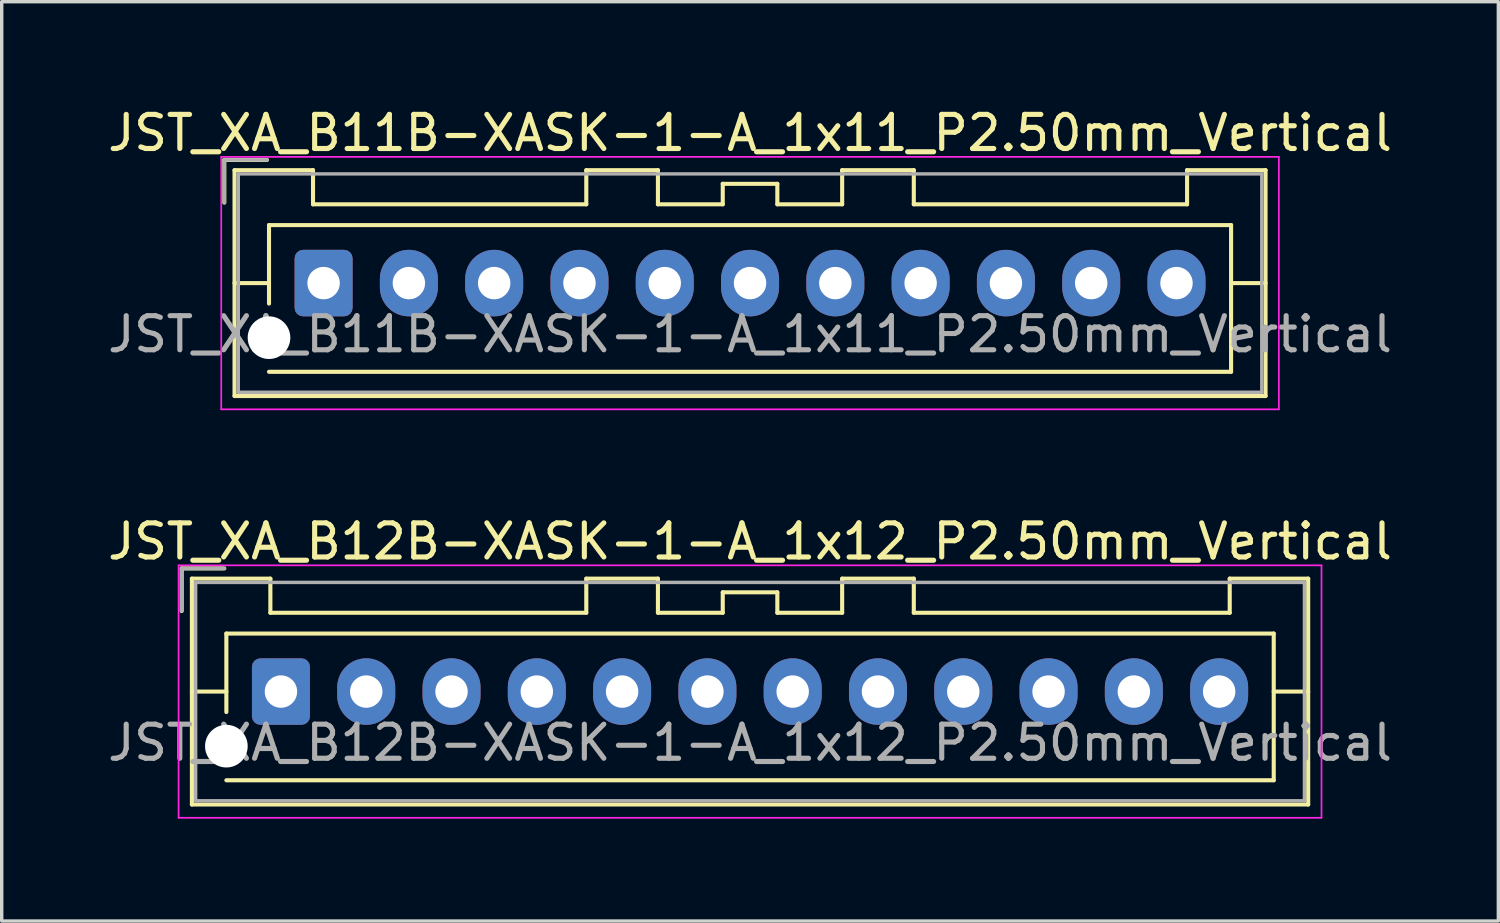
<source format=kicad_pcb>
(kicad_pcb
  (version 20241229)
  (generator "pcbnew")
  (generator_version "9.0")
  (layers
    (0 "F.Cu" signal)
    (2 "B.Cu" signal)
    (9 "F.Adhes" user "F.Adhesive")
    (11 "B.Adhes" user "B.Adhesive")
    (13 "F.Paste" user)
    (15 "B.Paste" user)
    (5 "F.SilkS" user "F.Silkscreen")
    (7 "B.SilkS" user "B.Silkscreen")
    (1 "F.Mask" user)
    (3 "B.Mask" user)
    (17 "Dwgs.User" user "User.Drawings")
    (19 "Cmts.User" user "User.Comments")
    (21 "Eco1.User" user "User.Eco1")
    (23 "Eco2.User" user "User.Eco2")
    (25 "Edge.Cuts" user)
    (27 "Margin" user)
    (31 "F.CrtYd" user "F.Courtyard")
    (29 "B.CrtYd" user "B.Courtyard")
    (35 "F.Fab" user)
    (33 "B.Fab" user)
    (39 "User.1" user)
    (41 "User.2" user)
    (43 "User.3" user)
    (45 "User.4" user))
  (footprint "JST_XA_B12B-XASK-1-A_1x12_P2.50mm_Vertical"
    (layer "F.Cu")
    (at 5.185 17.221)
    (property "Reference" "JST_XA_B12B-XASK-1-A_1x12_P2.50mm_Vertical" (at 13.75 -4.4 0) (layer "F.SilkS") (effects (font (size 1 1) (thickness 0.15))))
    (attr through_hole)
    (fp_line (start -2.91 -3.61) (end -2.91 -2.36) (stroke (width 0.12) (type solid)) (layer "F.SilkS"))
    (fp_line (start -2.61 -3.31) (end -2.61 3.31) (stroke (width 0.12) (type solid)) (layer "F.SilkS"))
    (fp_line (start -2.61 0) (end -1.6 0) (stroke (width 0.12) (type solid)) (layer "F.SilkS"))
    (fp_line (start -2.61 3.31) (end 30.11 3.31) (stroke (width 0.12) (type solid)) (layer "F.SilkS"))
    (fp_line (start -1.66 -3.61) (end -2.91 -3.61) (stroke (width 0.12) (type solid)) (layer "F.SilkS"))
    (fp_line (start -1.6 -1.7) (end 29.1 -1.7) (stroke (width 0.12) (type solid)) (layer "F.SilkS"))
    (fp_line (start -1.6 0.6) (end -1.6 -1.7) (stroke (width 0.12) (type solid)) (layer "F.SilkS"))
    (fp_line (start -0.31 -3.31) (end -2.61 -3.31) (stroke (width 0.12) (type solid)) (layer "F.SilkS"))
    (fp_line (start -0.31 -2.31) (end -0.31 -3.31) (stroke (width 0.12) (type solid)) (layer "F.SilkS"))
    (fp_line (start 8.95 -3.31) (end 8.95 -2.31) (stroke (width 0.12) (type solid)) (layer "F.SilkS"))
    (fp_line (start 8.95 -2.31) (end -0.31 -2.31) (stroke (width 0.12) (type solid)) (layer "F.SilkS"))
    (fp_line (start 11.05 -3.31) (end 8.95 -3.31) (stroke (width 0.12) (type solid)) (layer "F.SilkS"))
    (fp_line (start 11.05 -2.31) (end 11.05 -3.31) (stroke (width 0.12) (type solid)) (layer "F.SilkS"))
    (fp_line (start 12.95 -2.91) (end 12.95 -2.31) (stroke (width 0.12) (type solid)) (layer "F.SilkS"))
    (fp_line (start 12.95 -2.31) (end 11.05 -2.31) (stroke (width 0.12) (type solid)) (layer "F.SilkS"))
    (fp_line (start 14.55 -2.91) (end 12.95 -2.91) (stroke (width 0.12) (type solid)) (layer "F.SilkS"))
    (fp_line (start 14.55 -2.31) (end 14.55 -2.91) (stroke (width 0.12) (type solid)) (layer "F.SilkS"))
    (fp_line (start 16.45 -3.31) (end 16.45 -2.31) (stroke (width 0.12) (type solid)) (layer "F.SilkS"))
    (fp_line (start 16.45 -2.31) (end 14.55 -2.31) (stroke (width 0.12) (type solid)) (layer "F.SilkS"))
    (fp_line (start 18.55 -3.31) (end 16.45 -3.31) (stroke (width 0.12) (type solid)) (layer "F.SilkS"))
    (fp_line (start 18.55 -2.31) (end 18.55 -3.31) (stroke (width 0.12) (type solid)) (layer "F.SilkS"))
    (fp_line (start 27.81 -3.31) (end 27.81 -2.31) (stroke (width 0.12) (type solid)) (layer "F.SilkS"))
    (fp_line (start 27.81 -2.31) (end 18.55 -2.31) (stroke (width 0.12) (type solid)) (layer "F.SilkS"))
    (fp_line (start 29.1 -1.7) (end 29.1 2.6) (stroke (width 0.12) (type solid)) (layer "F.SilkS"))
    (fp_line (start 29.1 2.6) (end -1.6 2.6) (stroke (width 0.12) (type solid)) (layer "F.SilkS"))
    (fp_line (start 30.11 -3.31) (end 27.81 -3.31) (stroke (width 0.12) (type solid)) (layer "F.SilkS"))
    (fp_line (start 30.11 0) (end 29.1 0) (stroke (width 0.12) (type solid)) (layer "F.SilkS"))
    (fp_line (start 30.11 3.31) (end 30.11 -3.31) (stroke (width 0.12) (type solid)) (layer "F.SilkS"))
    (fp_line (start -3 -3.7) (end -3 3.7) (stroke (width 0.05) (type solid)) (layer "F.CrtYd"))
    (fp_line (start -3 3.7) (end 30.5 3.7) (stroke (width 0.05) (type solid)) (layer "F.CrtYd"))
    (fp_line (start 30.5 -3.7) (end -3 -3.7) (stroke (width 0.05) (type solid)) (layer "F.CrtYd"))
    (fp_line (start 30.5 3.7) (end 30.5 -3.7) (stroke (width 0.05) (type solid)) (layer "F.CrtYd"))
    (fp_line (start -2.91 -3.61) (end -2.91 -2.36) (stroke (width 0.1) (type solid)) (layer "F.Fab"))
    (fp_line (start -2.5 -3.2) (end -2.5 3.2) (stroke (width 0.1) (type solid)) (layer "F.Fab"))
    (fp_line (start -2.5 3.2) (end 30 3.2) (stroke (width 0.1) (type solid)) (layer "F.Fab"))
    (fp_line (start -1.66 -3.61) (end -2.91 -3.61) (stroke (width 0.1) (type solid)) (layer "F.Fab"))
    (fp_line (start 30 -3.2) (end -2.5 -3.2) (stroke (width 0.1) (type solid)) (layer "F.Fab"))
    (fp_line (start 30 3.2) (end 30 -3.2) (stroke (width 0.1) (type solid)) (layer "F.Fab"))
    (fp_text user "${REFERENCE}" (at 13.75 1.5 0) (layer "F.Fab") (effects (font (size 1 1) (thickness 0.15))))
    (pad "" np_thru_hole circle (at -1.6 1.6) (size 1.25 1.25) (drill 1.25) (layers "*.Cu" "*.Mask"))
    (pad "1" thru_hole roundrect (at 0 0) (size 1.7 1.95) (drill 0.95) (layers "*.Cu" "*.Mask") (roundrect_rratio 0.147))
    (pad "2" thru_hole oval (at 2.5 0) (size 1.7 1.95) (drill 0.95) (layers "*.Cu" "*.Mask"))
    (pad "3" thru_hole oval (at 5 0) (size 1.7 1.95) (drill 0.95) (layers "*.Cu" "*.Mask"))
    (pad "4" thru_hole oval (at 7.5 0) (size 1.7 1.95) (drill 0.95) (layers "*.Cu" "*.Mask"))
    (pad "5" thru_hole oval (at 10 0) (size 1.7 1.95) (drill 0.95) (layers "*.Cu" "*.Mask"))
    (pad "6" thru_hole oval (at 12.5 0) (size 1.7 1.95) (drill 0.95) (layers "*.Cu" "*.Mask"))
    (pad "7" thru_hole oval (at 15 0) (size 1.7 1.95) (drill 0.95) (layers "*.Cu" "*.Mask"))
    (pad "8" thru_hole oval (at 17.5 0) (size 1.7 1.95) (drill 0.95) (layers "*.Cu" "*.Mask"))
    (pad "9" thru_hole oval (at 20 0) (size 1.7 1.95) (drill 0.95) (layers "*.Cu" "*.Mask"))
    (pad "10" thru_hole oval (at 22.5 0) (size 1.7 1.95) (drill 0.95) (layers "*.Cu" "*.Mask"))
    (pad "11" thru_hole oval (at 25 0) (size 1.7 1.95) (drill 0.95) (layers "*.Cu" "*.Mask"))
    (pad "12" thru_hole oval (at 27.5 0) (size 1.7 1.95) (drill 0.95) (layers "*.Cu" "*.Mask")))
  (footprint "JST_XA_B11B-XASK-1-A_1x11_P2.50mm_Vertical"
    (layer "F.Cu")
    (at 6.435 5.248)
    (property "Reference" "JST_XA_B11B-XASK-1-A_1x11_P2.50mm_Vertical" (at 12.5 -4.4 0) (layer "F.SilkS") (effects (font (size 1 1) (thickness 0.15))))
    (attr through_hole)
    (fp_line (start -2.91 -3.61) (end -2.91 -2.36) (stroke (width 0.12) (type solid)) (layer "F.SilkS"))
    (fp_line (start -2.61 -3.31) (end -2.61 3.31) (stroke (width 0.12) (type solid)) (layer "F.SilkS"))
    (fp_line (start -2.61 0) (end -1.6 0) (stroke (width 0.12) (type solid)) (layer "F.SilkS"))
    (fp_line (start -2.61 3.31) (end 27.61 3.31) (stroke (width 0.12) (type solid)) (layer "F.SilkS"))
    (fp_line (start -1.66 -3.61) (end -2.91 -3.61) (stroke (width 0.12) (type solid)) (layer "F.SilkS"))
    (fp_line (start -1.6 -1.7) (end 26.6 -1.7) (stroke (width 0.12) (type solid)) (layer "F.SilkS"))
    (fp_line (start -1.6 0.6) (end -1.6 -1.7) (stroke (width 0.12) (type solid)) (layer "F.SilkS"))
    (fp_line (start -0.31 -3.31) (end -2.61 -3.31) (stroke (width 0.12) (type solid)) (layer "F.SilkS"))
    (fp_line (start -0.31 -2.31) (end -0.31 -3.31) (stroke (width 0.12) (type solid)) (layer "F.SilkS"))
    (fp_line (start 7.7 -3.31) (end 7.7 -2.31) (stroke (width 0.12) (type solid)) (layer "F.SilkS"))
    (fp_line (start 7.7 -2.31) (end -0.31 -2.31) (stroke (width 0.12) (type solid)) (layer "F.SilkS"))
    (fp_line (start 9.8 -3.31) (end 7.7 -3.31) (stroke (width 0.12) (type solid)) (layer "F.SilkS"))
    (fp_line (start 9.8 -2.31) (end 9.8 -3.31) (stroke (width 0.12) (type solid)) (layer "F.SilkS"))
    (fp_line (start 11.7 -2.91) (end 11.7 -2.31) (stroke (width 0.12) (type solid)) (layer "F.SilkS"))
    (fp_line (start 11.7 -2.31) (end 9.8 -2.31) (stroke (width 0.12) (type solid)) (layer "F.SilkS"))
    (fp_line (start 13.3 -2.91) (end 11.7 -2.91) (stroke (width 0.12) (type solid)) (layer "F.SilkS"))
    (fp_line (start 13.3 -2.31) (end 13.3 -2.91) (stroke (width 0.12) (type solid)) (layer "F.SilkS"))
    (fp_line (start 15.2 -3.31) (end 15.2 -2.31) (stroke (width 0.12) (type solid)) (layer "F.SilkS"))
    (fp_line (start 15.2 -2.31) (end 13.3 -2.31) (stroke (width 0.12) (type solid)) (layer "F.SilkS"))
    (fp_line (start 17.3 -3.31) (end 15.2 -3.31) (stroke (width 0.12) (type solid)) (layer "F.SilkS"))
    (fp_line (start 17.3 -2.31) (end 17.3 -3.31) (stroke (width 0.12) (type solid)) (layer "F.SilkS"))
    (fp_line (start 25.31 -3.31) (end 25.31 -2.31) (stroke (width 0.12) (type solid)) (layer "F.SilkS"))
    (fp_line (start 25.31 -2.31) (end 17.3 -2.31) (stroke (width 0.12) (type solid)) (layer "F.SilkS"))
    (fp_line (start 26.6 -1.7) (end 26.6 2.6) (stroke (width 0.12) (type solid)) (layer "F.SilkS"))
    (fp_line (start 26.6 2.6) (end -1.6 2.6) (stroke (width 0.12) (type solid)) (layer "F.SilkS"))
    (fp_line (start 27.61 -3.31) (end 25.31 -3.31) (stroke (width 0.12) (type solid)) (layer "F.SilkS"))
    (fp_line (start 27.61 0) (end 26.6 0) (stroke (width 0.12) (type solid)) (layer "F.SilkS"))
    (fp_line (start 27.61 3.31) (end 27.61 -3.31) (stroke (width 0.12) (type solid)) (layer "F.SilkS"))
    (fp_line (start -3 -3.7) (end -3 3.7) (stroke (width 0.05) (type solid)) (layer "F.CrtYd"))
    (fp_line (start -3 3.7) (end 28 3.7) (stroke (width 0.05) (type solid)) (layer "F.CrtYd"))
    (fp_line (start 28 -3.7) (end -3 -3.7) (stroke (width 0.05) (type solid)) (layer "F.CrtYd"))
    (fp_line (start 28 3.7) (end 28 -3.7) (stroke (width 0.05) (type solid)) (layer "F.CrtYd"))
    (fp_line (start -2.91 -3.61) (end -2.91 -2.36) (stroke (width 0.1) (type solid)) (layer "F.Fab"))
    (fp_line (start -2.5 -3.2) (end -2.5 3.2) (stroke (width 0.1) (type solid)) (layer "F.Fab"))
    (fp_line (start -2.5 3.2) (end 27.5 3.2) (stroke (width 0.1) (type solid)) (layer "F.Fab"))
    (fp_line (start -1.66 -3.61) (end -2.91 -3.61) (stroke (width 0.1) (type solid)) (layer "F.Fab"))
    (fp_line (start 27.5 -3.2) (end -2.5 -3.2) (stroke (width 0.1) (type solid)) (layer "F.Fab"))
    (fp_line (start 27.5 3.2) (end 27.5 -3.2) (stroke (width 0.1) (type solid)) (layer "F.Fab"))
    (fp_text user "${REFERENCE}" (at 12.5 1.5 0) (layer "F.Fab") (effects (font (size 1 1) (thickness 0.15))))
    (pad "" np_thru_hole circle (at -1.6 1.6) (size 1.25 1.25) (drill 1.25) (layers "*.Cu" "*.Mask"))
    (pad "1" thru_hole roundrect (at 0 0) (size 1.7 1.95) (drill 0.95) (layers "*.Cu" "*.Mask") (roundrect_rratio 0.147))
    (pad "2" thru_hole oval (at 2.5 0) (size 1.7 1.95) (drill 0.95) (layers "*.Cu" "*.Mask"))
    (pad "3" thru_hole oval (at 5 0) (size 1.7 1.95) (drill 0.95) (layers "*.Cu" "*.Mask"))
    (pad "4" thru_hole oval (at 7.5 0) (size 1.7 1.95) (drill 0.95) (layers "*.Cu" "*.Mask"))
    (pad "5" thru_hole oval (at 10 0) (size 1.7 1.95) (drill 0.95) (layers "*.Cu" "*.Mask"))
    (pad "6" thru_hole oval (at 12.5 0) (size 1.7 1.95) (drill 0.95) (layers "*.Cu" "*.Mask"))
    (pad "7" thru_hole oval (at 15 0) (size 1.7 1.95) (drill 0.95) (layers "*.Cu" "*.Mask"))
    (pad "8" thru_hole oval (at 17.5 0) (size 1.7 1.95) (drill 0.95) (layers "*.Cu" "*.Mask"))
    (pad "9" thru_hole oval (at 20 0) (size 1.7 1.95) (drill 0.95) (layers "*.Cu" "*.Mask"))
    (pad "10" thru_hole oval (at 22.5 0) (size 1.7 1.95) (drill 0.95) (layers "*.Cu" "*.Mask"))
    (pad "11" thru_hole oval (at 25 0) (size 1.7 1.95) (drill 0.95) (layers "*.Cu" "*.Mask")))
  (gr_rect
    (start -3 -3)
    (end 40.869 23.947)
    (stroke (width 0.1) (type default))
    (fill no)
    (layer "Edge.Cuts")))
</source>
